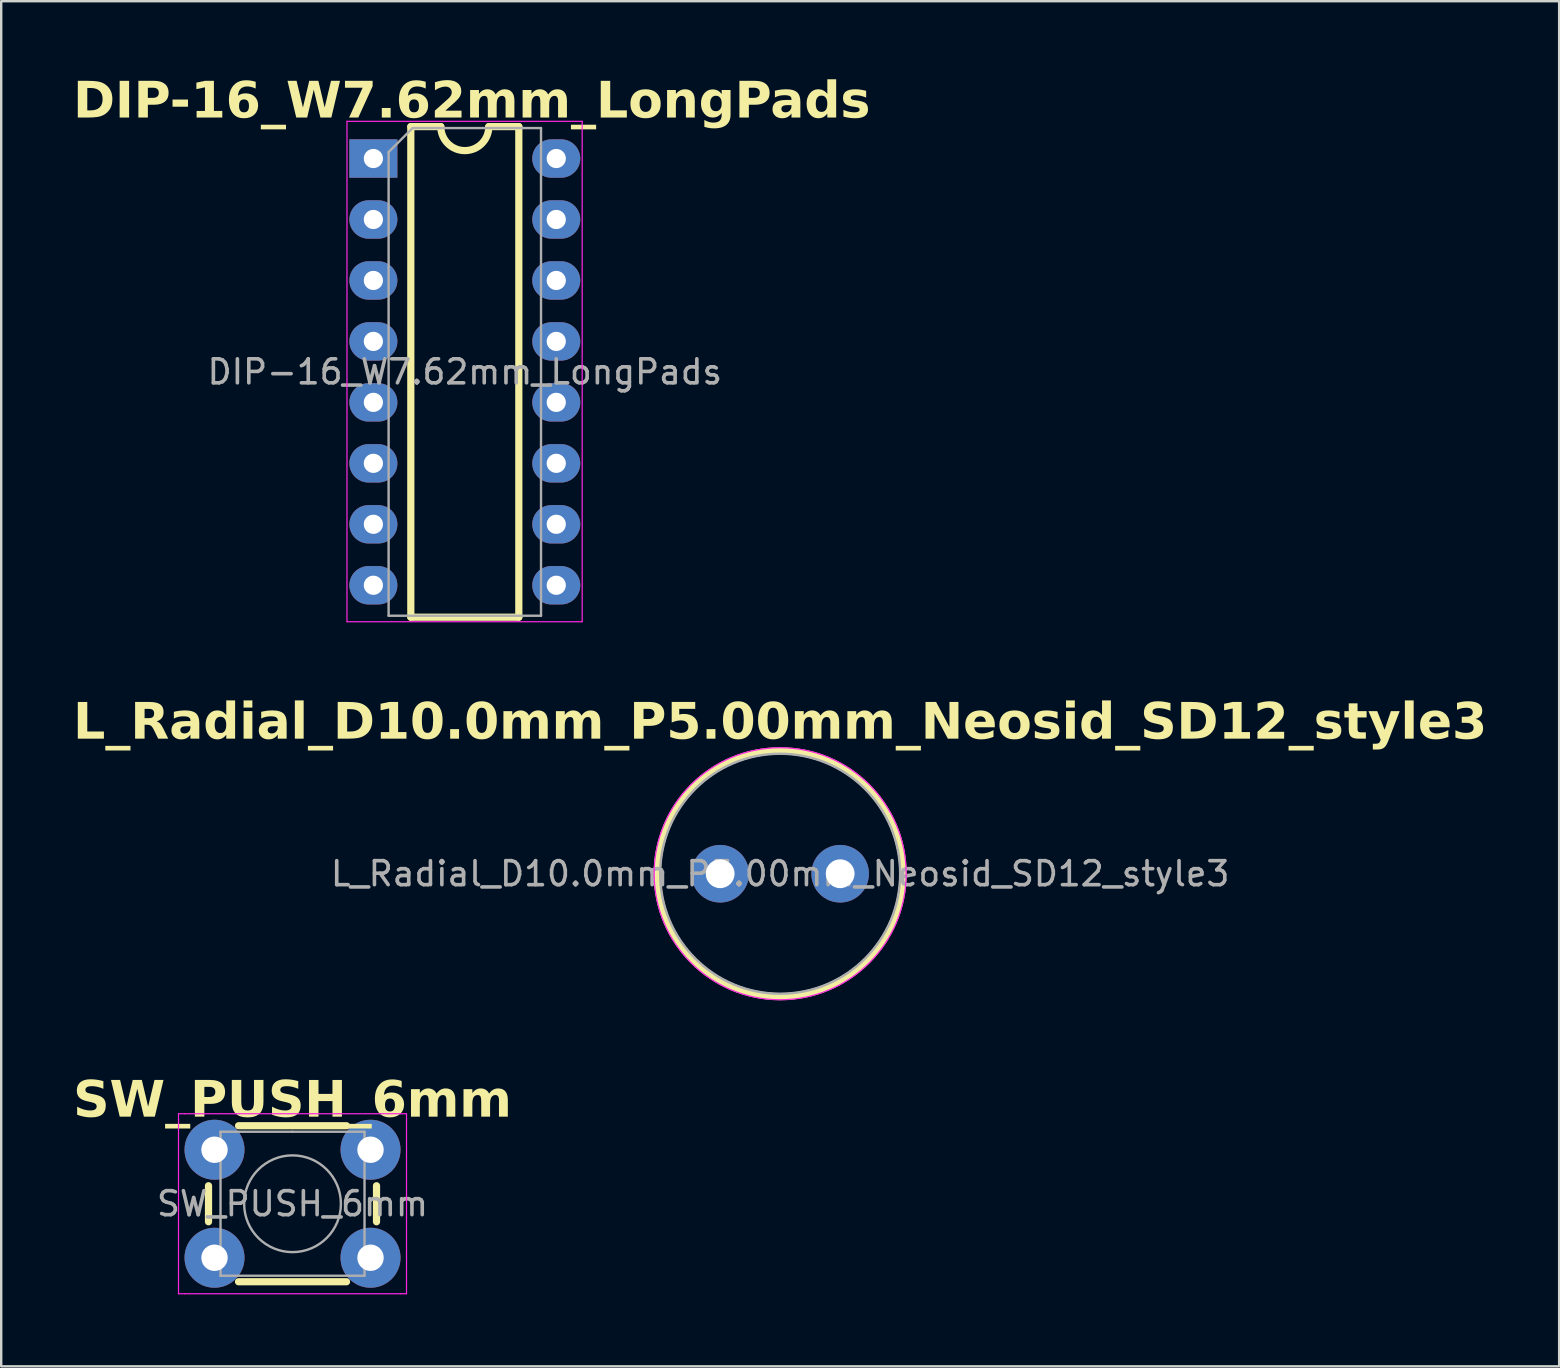
<source format=kicad_pcb>
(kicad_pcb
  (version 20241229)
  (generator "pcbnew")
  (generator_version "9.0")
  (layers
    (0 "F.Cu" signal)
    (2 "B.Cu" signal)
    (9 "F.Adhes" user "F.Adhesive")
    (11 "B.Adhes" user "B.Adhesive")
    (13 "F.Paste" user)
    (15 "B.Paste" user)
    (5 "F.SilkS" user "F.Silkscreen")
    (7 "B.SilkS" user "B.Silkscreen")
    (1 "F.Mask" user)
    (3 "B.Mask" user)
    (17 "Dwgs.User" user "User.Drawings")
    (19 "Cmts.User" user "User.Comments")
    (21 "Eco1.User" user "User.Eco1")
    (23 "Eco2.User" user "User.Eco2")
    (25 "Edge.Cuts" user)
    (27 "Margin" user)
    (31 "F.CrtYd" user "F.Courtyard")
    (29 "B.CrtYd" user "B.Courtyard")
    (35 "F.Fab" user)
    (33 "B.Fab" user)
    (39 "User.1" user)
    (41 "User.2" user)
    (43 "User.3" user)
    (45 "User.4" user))
  (footprint "L_Radial_D10.0mm_P5.00mm_Neosid_SD12_style3"
    (layer "F.Cu")
    (at 26.956 33.355)
    (property "Reference" "L_Radial_D10.0mm_P5.00mm_Neosid_SD12_style3" (at 2.5 -6.25 0) (layer "F.SilkS") (effects (font (face "Dosis") (size 1.5 1.5) (thickness 0.3) (bold yes))))
    (attr through_hole)
    (fp_circle (center 2.5 0) (end 7.62 0) (stroke (width 0.3) (type solid)) (fill no) (layer "F.SilkS"))
    (fp_circle (center 2.5 0) (end 7.75 0) (stroke (width 0.05) (type solid)) (fill no) (layer "F.CrtYd"))
    (fp_circle (center 2.5 0) (end 7.5 0) (stroke (width 0.1) (type solid)) (fill no) (layer "F.Fab"))
    (fp_text user "${REFERENCE}" (at 2.5 0 0) (layer "F.Fab") (effects (font (size 1 1) (thickness 0.15))))
    (pad "1" thru_hole circle (at 0 0) (size 2.4 2.4) (drill 1.2) (layers "*.Cu" "*.Mask"))
    (pad "2" thru_hole circle (at 5 0) (size 2.4 2.4) (drill 1.2) (layers "*.Cu" "*.Mask")))
  (footprint "SW_PUSH_6mm"
    (layer "F.Cu")
    (at 5.888 44.855)
    (property "Reference" "SW_PUSH_6mm" (at 3.25 -2 0) (layer "F.SilkS") (effects (font (face "Dosis") (size 1.5 1.5) (thickness 0.2) (bold yes))))
    (attr through_hole)
    (fp_line (start -0.25 1.5) (end -0.25 3) (stroke (width 0.3) (type solid)) (layer "F.SilkS"))
    (fp_line (start 1 5.5) (end 5.5 5.5) (stroke (width 0.3) (type solid)) (layer "F.SilkS"))
    (fp_line (start 5.5 -1) (end 1 -1) (stroke (width 0.3) (type solid)) (layer "F.SilkS"))
    (fp_line (start 6.75 3) (end 6.75 1.5) (stroke (width 0.3) (type solid)) (layer "F.SilkS"))
    (fp_line (start -1.5 -1.5) (end -1.25 -1.5) (stroke (width 0.05) (type solid)) (layer "F.CrtYd"))
    (fp_line (start -1.5 -1.25) (end -1.5 -1.5) (stroke (width 0.05) (type solid)) (layer "F.CrtYd"))
    (fp_line (start -1.5 5.75) (end -1.5 -1.25) (stroke (width 0.05) (type solid)) (layer "F.CrtYd"))
    (fp_line (start -1.5 5.75) (end -1.5 6) (stroke (width 0.05) (type solid)) (layer "F.CrtYd"))
    (fp_line (start -1.5 6) (end -1.25 6) (stroke (width 0.05) (type solid)) (layer "F.CrtYd"))
    (fp_line (start -1.25 -1.5) (end 7.75 -1.5) (stroke (width 0.05) (type solid)) (layer "F.CrtYd"))
    (fp_line (start 7.75 -1.5) (end 8 -1.5) (stroke (width 0.05) (type solid)) (layer "F.CrtYd"))
    (fp_line (start 7.75 6) (end -1.25 6) (stroke (width 0.05) (type solid)) (layer "F.CrtYd"))
    (fp_line (start 7.75 6) (end 8 6) (stroke (width 0.05) (type solid)) (layer "F.CrtYd"))
    (fp_line (start 8 -1.5) (end 8 -1.25) (stroke (width 0.05) (type solid)) (layer "F.CrtYd"))
    (fp_line (start 8 -1.25) (end 8 5.75) (stroke (width 0.05) (type solid)) (layer "F.CrtYd"))
    (fp_line (start 8 6) (end 8 5.75) (stroke (width 0.05) (type solid)) (layer "F.CrtYd"))
    (fp_line (start 0.25 -0.75) (end 3.25 -0.75) (stroke (width 0.1) (type solid)) (layer "F.Fab"))
    (fp_line (start 0.25 5.25) (end 0.25 -0.75) (stroke (width 0.1) (type solid)) (layer "F.Fab"))
    (fp_line (start 3.25 -0.75) (end 6.25 -0.75) (stroke (width 0.1) (type solid)) (layer "F.Fab"))
    (fp_line (start 6.25 -0.75) (end 6.25 5.25) (stroke (width 0.1) (type solid)) (layer "F.Fab"))
    (fp_line (start 6.25 5.25) (end 0.25 5.25) (stroke (width 0.1) (type solid)) (layer "F.Fab"))
    (fp_circle (center 3.25 2.25) (end 1.25 2.5) (stroke (width 0.1) (type solid)) (fill no) (layer "F.Fab"))
    (fp_text user "${REFERENCE}" (at 3.25 2.25 0) (layer "F.Fab") (effects (font (size 1 1) (thickness 0.15))))
    (pad "1" thru_hole circle (at 0 0 90) (size 2.5 2.5) (drill 1.1) (layers "*.Cu" "*.Mask"))
    (pad "1" thru_hole circle (at 6.5 0 90) (size 2.5 2.5) (drill 1.1) (layers "*.Cu" "*.Mask"))
    (pad "2" thru_hole circle (at 0 4.5 90) (size 2.5 2.5) (drill 1.1) (layers "*.Cu" "*.Mask"))
    (pad "2" thru_hole circle (at 6.5 4.5 90) (size 2.5 2.5) (drill 1.1) (layers "*.Cu" "*.Mask")))
  (footprint "DIP-16_W7.62mm_LongPads"
    (layer "F.Cu")
    (at 12.507 3.555)
    (property "Reference" "DIP-16_W7.62mm_LongPads" (at 4.1 -2.33 0) (layer "F.SilkS") (effects (font (face "Dosis") (size 1.5 1.5) (thickness 0.2) (bold yes))))
    (attr through_hole)
    (fp_line (start 1.56 -1.33) (end 1.56 19.11) (stroke (width 0.3) (type solid)) (layer "F.SilkS"))
    (fp_line (start 1.56 19.11) (end 6.06 19.11) (stroke (width 0.3) (type solid)) (layer "F.SilkS"))
    (fp_line (start 2.81 -1.33) (end 1.56 -1.33) (stroke (width 0.3) (type solid)) (layer "F.SilkS"))
    (fp_line (start 6.06 -1.33) (end 4.81 -1.33) (stroke (width 0.3) (type solid)) (layer "F.SilkS"))
    (fp_line (start 6.06 19.11) (end 6.06 -1.33) (stroke (width 0.3) (type solid)) (layer "F.SilkS"))
    (fp_arc (start 4.81 -1.33) (mid 3.81 -0.33) (end 2.81 -1.33) (stroke (width 0.3) (type solid)) (layer "F.SilkS"))
    (fp_line (start -1.1 -1.55) (end -1.1 19.3) (stroke (width 0.05) (type solid)) (layer "F.CrtYd"))
    (fp_line (start -1.1 19.3) (end 8.7 19.3) (stroke (width 0.05) (type solid)) (layer "F.CrtYd"))
    (fp_line (start 8.7 -1.55) (end -1.1 -1.55) (stroke (width 0.05) (type solid)) (layer "F.CrtYd"))
    (fp_line (start 8.7 19.3) (end 8.7 -1.55) (stroke (width 0.05) (type solid)) (layer "F.CrtYd"))
    (fp_line (start 0.635 -0.27) (end 1.635 -1.27) (stroke (width 0.1) (type solid)) (layer "F.Fab"))
    (fp_line (start 0.635 19.05) (end 0.635 -0.27) (stroke (width 0.1) (type solid)) (layer "F.Fab"))
    (fp_line (start 1.635 -1.27) (end 6.985 -1.27) (stroke (width 0.1) (type solid)) (layer "F.Fab"))
    (fp_line (start 6.985 -1.27) (end 6.985 19.05) (stroke (width 0.1) (type solid)) (layer "F.Fab"))
    (fp_line (start 6.985 19.05) (end 0.635 19.05) (stroke (width 0.1) (type solid)) (layer "F.Fab"))
    (fp_text user "${REFERENCE}" (at 3.81 8.89 0) (layer "F.Fab") (effects (font (size 1 1) (thickness 0.15))))
    (pad "1" thru_hole rect (at 0 0) (size 2 1.6) (drill 0.8) (layers "*.Cu" "*.Mask"))
    (pad "2" thru_hole oval (at 0 2.54) (size 2 1.6) (drill 0.8) (layers "*.Cu" "*.Mask"))
    (pad "3" thru_hole oval (at 0 5.08) (size 2 1.6) (drill 0.8) (layers "*.Cu" "*.Mask"))
    (pad "4" thru_hole oval (at 0 7.62) (size 2 1.6) (drill 0.8) (layers "*.Cu" "*.Mask"))
    (pad "5" thru_hole oval (at 0 10.16) (size 2 1.6) (drill 0.8) (layers "*.Cu" "*.Mask"))
    (pad "6" thru_hole oval (at 0 12.7) (size 2 1.6) (drill 0.8) (layers "*.Cu" "*.Mask"))
    (pad "7" thru_hole oval (at 0 15.24) (size 2 1.6) (drill 0.8) (layers "*.Cu" "*.Mask"))
    (pad "8" thru_hole oval (at 0 17.78) (size 2 1.6) (drill 0.8) (layers "*.Cu" "*.Mask"))
    (pad "9" thru_hole oval (at 7.62 17.78) (size 2 1.6) (drill 0.8) (layers "*.Cu" "*.Mask"))
    (pad "10" thru_hole oval (at 7.62 15.24) (size 2 1.6) (drill 0.8) (layers "*.Cu" "*.Mask"))
    (pad "11" thru_hole oval (at 7.62 12.7) (size 2 1.6) (drill 0.8) (layers "*.Cu" "*.Mask"))
    (pad "12" thru_hole oval (at 7.62 10.16) (size 2 1.6) (drill 0.8) (layers "*.Cu" "*.Mask"))
    (pad "13" thru_hole oval (at 7.62 7.62) (size 2 1.6) (drill 0.8) (layers "*.Cu" "*.Mask"))
    (pad "14" thru_hole oval (at 7.62 5.08) (size 2 1.6) (drill 0.8) (layers "*.Cu" "*.Mask"))
    (pad "15" thru_hole oval (at 7.62 2.54) (size 2 1.6) (drill 0.8) (layers "*.Cu" "*.Mask"))
    (pad "16" thru_hole oval (at 7.62 0) (size 2 1.6) (drill 0.8) (layers "*.Cu" "*.Mask")))
  (gr_rect
    (start -3 -3)
    (end 61.913 53.88)
    (stroke (width 0.1) (type default))
    (fill no)
    (layer "Edge.Cuts")))
</source>
